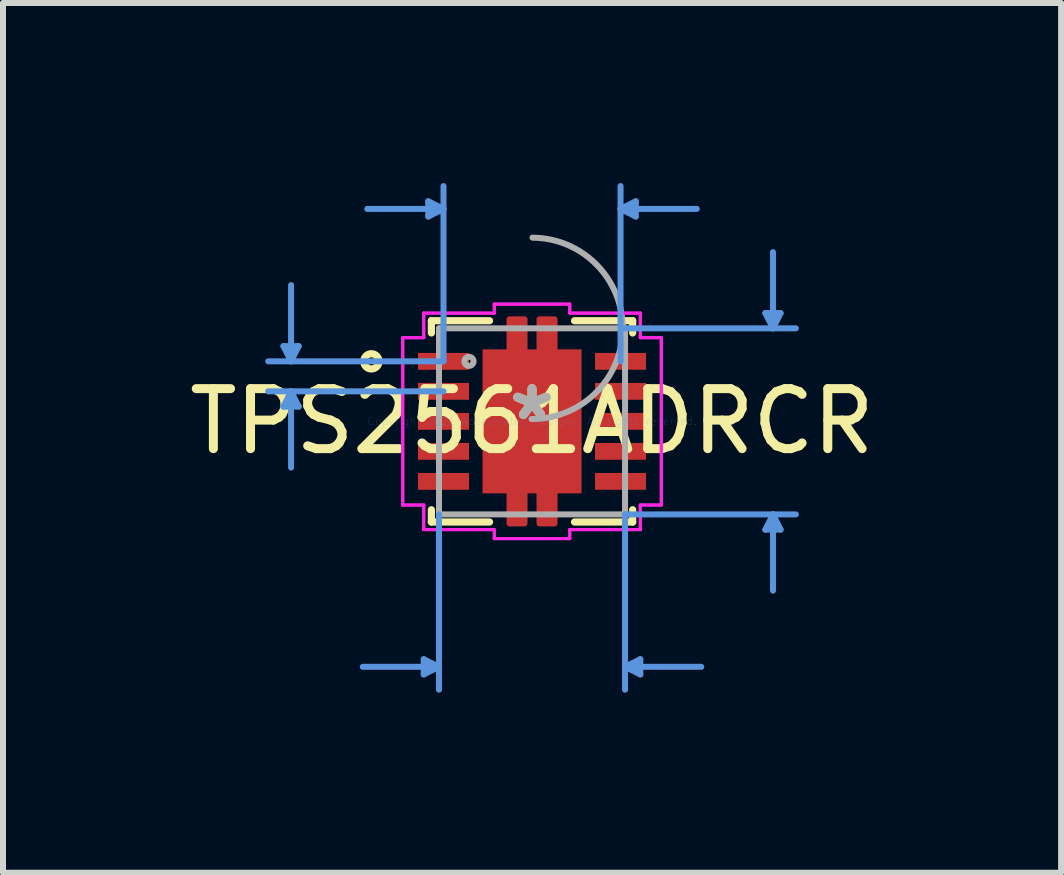
<source format=kicad_pcb>
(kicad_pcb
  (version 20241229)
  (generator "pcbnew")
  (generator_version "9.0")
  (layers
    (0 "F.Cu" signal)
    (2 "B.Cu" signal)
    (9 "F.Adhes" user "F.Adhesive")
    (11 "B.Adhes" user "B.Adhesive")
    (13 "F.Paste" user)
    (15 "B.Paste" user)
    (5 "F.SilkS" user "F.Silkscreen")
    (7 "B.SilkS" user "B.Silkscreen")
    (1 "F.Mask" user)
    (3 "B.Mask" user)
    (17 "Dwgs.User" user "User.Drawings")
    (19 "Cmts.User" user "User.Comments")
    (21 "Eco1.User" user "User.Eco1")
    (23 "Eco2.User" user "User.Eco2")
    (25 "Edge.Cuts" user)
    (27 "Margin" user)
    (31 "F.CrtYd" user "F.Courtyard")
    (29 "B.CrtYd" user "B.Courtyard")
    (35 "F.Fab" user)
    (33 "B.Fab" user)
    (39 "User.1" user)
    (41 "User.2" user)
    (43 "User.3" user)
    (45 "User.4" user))
  (footprint "TPS2561ADRCR"
    (layer "F.Cu")
    (at 5.815 3.971)
    (property "Reference" "TPS2561ADRCR" (at 0 0 0) (layer "F.SilkS") (effects (font (size 1 1) (thickness 0.15))))
    (attr through_hole)
    (fp_poly (pts (xy -0.125 -1.2) (xy -0.125 -1.7) (xy -0.375 -1.7) (xy -0.375 -1.2)) (stroke (width 0.1) (type solid)) (fill yes) (layer "F.Cu"))
    (fp_poly (pts (xy -0.125 1.2) (xy -0.125 1.7) (xy -0.375 1.7) (xy -0.375 1.2)) (stroke (width 0.1) (type solid)) (fill yes) (layer "F.Cu"))
    (fp_poly (pts (xy 0.125 -1.2) (xy 0.125 -1.7) (xy 0.375 -1.7) (xy 0.375 -1.2)) (stroke (width 0.1) (type solid)) (fill yes) (layer "F.Cu"))
    (fp_poly (pts (xy 0.125 1.2) (xy 0.125 1.7) (xy 0.375 1.7) (xy 0.375 1.2)) (stroke (width 0.1) (type solid)) (fill yes) (layer "F.Cu"))
    (fp_poly (pts (xy -0.125 -1.2) (xy -0.125 -1.7) (xy -0.375 -1.7) (xy -0.375 -1.2)) (stroke (width 0.1) (type solid)) (fill yes) (layer "F.Mask"))
    (fp_poly (pts (xy -0.125 1.2) (xy -0.125 1.7) (xy -0.375 1.7) (xy -0.375 1.2)) (stroke (width 0.1) (type solid)) (fill yes) (layer "F.Mask"))
    (fp_poly (pts (xy 0.125 -1.2) (xy 0.125 -1.7) (xy 0.375 -1.7) (xy 0.375 -1.2)) (stroke (width 0.1) (type solid)) (fill yes) (layer "F.Mask"))
    (fp_poly (pts (xy 0.125 1.2) (xy 0.125 1.7) (xy 0.375 1.7) (xy 0.375 1.2)) (stroke (width 0.1) (type solid)) (fill yes) (layer "F.Mask"))
    (fp_poly (pts (xy -0.895 -1.27) (xy -0.895 1.27) (xy -0.445 1.27) (xy -0.445 1.77) (xy -0.055 1.77) (xy -0.055 1.27) (xy 0.055 1.27) (xy 0.055 1.77) (xy 0.445 1.77) (xy 0.445 1.27) (xy 0.895 1.27) (xy 0.895 -1.27) (xy 0.445 -1.27) (xy 0.445 -1.77) (xy 0.055 -1.77) (xy 0.055 -1.333) (xy 0.055 -1.27) (xy -0.055 -1.27) (xy -0.055 -1.77) (xy -0.445 -1.77) (xy -0.445 -1.27)) (stroke (width 0.1) (type solid)) (fill yes) (layer "F.Mask"))
    (fp_line (start -1.677 -1.677) (end -1.677 -1.473) (stroke (width 0.12) (type solid)) (layer "F.SilkS"))
    (fp_line (start -1.677 1.473) (end -1.677 1.677) (stroke (width 0.12) (type solid)) (layer "F.SilkS"))
    (fp_line (start -1.677 1.677) (end -0.708 1.677) (stroke (width 0.12) (type solid)) (layer "F.SilkS"))
    (fp_line (start -0.708 -1.677) (end -1.677 -1.677) (stroke (width 0.12) (type solid)) (layer "F.SilkS"))
    (fp_line (start 0.708 1.677) (end 1.677 1.677) (stroke (width 0.12) (type solid)) (layer "F.SilkS"))
    (fp_line (start 1.677 -1.677) (end 0.708 -1.677) (stroke (width 0.12) (type solid)) (layer "F.SilkS"))
    (fp_line (start 1.677 -1.473) (end 1.677 -1.677) (stroke (width 0.12) (type solid)) (layer "F.SilkS"))
    (fp_line (start 1.677 1.677) (end 1.677 1.473) (stroke (width 0.12) (type solid)) (layer "F.SilkS"))
    (fp_circle (center -2.677 -1) (end -2.55 -1) (stroke (width 0.12) (type solid)) (fill no) (layer "F.SilkS"))
    (fp_poly (pts (xy -0.375 -1.7) (xy -0.125 -1.7) (xy -0.125 -1.2) (xy 0.125 -1.2) (xy 0.125 -1.7) (xy 0.375 -1.7) (xy 0.375 -1.2) (xy 0.825 -1.2) (xy 0.825 1.2) (xy 0.375 1.2) (xy 0.375 1.7) (xy 0.125 1.7) (xy 0.125 1.2) (xy -0.125 1.2) (xy -0.125 1.7) (xy -0.375 1.7) (xy -0.375 1.2) (xy -0.825 1.2) (xy -0.825 -1.2) (xy -0.375 -1.2)) (stroke (width 0.1) (type solid)) (fill yes) (layer "F.Paste"))
    (fp_line (start -4.142 -1.254) (end -3.888 -1.254) (stroke (width 0.1) (type solid)) (layer "Cmts.User"))
    (fp_line (start -4.142 -0.246) (end -3.888 -0.246) (stroke (width 0.1) (type solid)) (layer "Cmts.User"))
    (fp_line (start -4.015 -1) (end -4.142 -1.254) (stroke (width 0.1) (type solid)) (layer "Cmts.User"))
    (fp_line (start -4.015 -1) (end -4.015 -2.27) (stroke (width 0.1) (type solid)) (layer "Cmts.User"))
    (fp_line (start -4.015 -1) (end -3.888 -1.254) (stroke (width 0.1) (type solid)) (layer "Cmts.User"))
    (fp_line (start -4.015 -0.5) (end -4.142 -0.246) (stroke (width 0.1) (type solid)) (layer "Cmts.User"))
    (fp_line (start -4.015 -0.5) (end -4.015 0.77) (stroke (width 0.1) (type solid)) (layer "Cmts.User"))
    (fp_line (start -4.015 -0.5) (end -3.888 -0.246) (stroke (width 0.1) (type solid)) (layer "Cmts.User"))
    (fp_line (start -1.804 3.963) (end -1.804 4.217) (stroke (width 0.1) (type solid)) (layer "Cmts.User"))
    (fp_line (start -1.729 -3.667) (end -1.729 -3.413) (stroke (width 0.1) (type solid)) (layer "Cmts.User"))
    (fp_line (start -1.55 1.55) (end -1.55 4.471) (stroke (width 0.1) (type solid)) (layer "Cmts.User"))
    (fp_line (start -1.55 4.09) (end -2.82 4.09) (stroke (width 0.1) (type solid)) (layer "Cmts.User"))
    (fp_line (start -1.55 4.09) (end -1.804 3.963) (stroke (width 0.1) (type solid)) (layer "Cmts.User"))
    (fp_line (start -1.55 4.09) (end -1.804 4.217) (stroke (width 0.1) (type solid)) (layer "Cmts.User"))
    (fp_line (start -1.475 -3.54) (end -2.745 -3.54) (stroke (width 0.1) (type solid)) (layer "Cmts.User"))
    (fp_line (start -1.475 -3.54) (end -1.729 -3.667) (stroke (width 0.1) (type solid)) (layer "Cmts.User"))
    (fp_line (start -1.475 -3.54) (end -1.729 -3.413) (stroke (width 0.1) (type solid)) (layer "Cmts.User"))
    (fp_line (start -1.475 -1) (end -4.396 -1) (stroke (width 0.1) (type solid)) (layer "Cmts.User"))
    (fp_line (start -1.475 -1) (end -1.475 -3.921) (stroke (width 0.1) (type solid)) (layer "Cmts.User"))
    (fp_line (start -1.475 -0.5) (end -4.396 -0.5) (stroke (width 0.1) (type solid)) (layer "Cmts.User"))
    (fp_line (start 1.475 -3.54) (end 1.729 -3.667) (stroke (width 0.1) (type solid)) (layer "Cmts.User"))
    (fp_line (start 1.475 -3.54) (end 1.729 -3.413) (stroke (width 0.1) (type solid)) (layer "Cmts.User"))
    (fp_line (start 1.475 -3.54) (end 2.745 -3.54) (stroke (width 0.1) (type solid)) (layer "Cmts.User"))
    (fp_line (start 1.475 -1) (end 1.475 -3.921) (stroke (width 0.1) (type solid)) (layer "Cmts.User"))
    (fp_line (start 1.55 -1.55) (end 4.396 -1.55) (stroke (width 0.1) (type solid)) (layer "Cmts.User"))
    (fp_line (start 1.55 1.55) (end 1.55 4.471) (stroke (width 0.1) (type solid)) (layer "Cmts.User"))
    (fp_line (start 1.55 1.55) (end 4.396 1.55) (stroke (width 0.1) (type solid)) (layer "Cmts.User"))
    (fp_line (start 1.55 4.09) (end 1.804 3.963) (stroke (width 0.1) (type solid)) (layer "Cmts.User"))
    (fp_line (start 1.55 4.09) (end 1.804 4.217) (stroke (width 0.1) (type solid)) (layer "Cmts.User"))
    (fp_line (start 1.55 4.09) (end 2.82 4.09) (stroke (width 0.1) (type solid)) (layer "Cmts.User"))
    (fp_line (start 1.729 -3.667) (end 1.729 -3.413) (stroke (width 0.1) (type solid)) (layer "Cmts.User"))
    (fp_line (start 1.804 3.963) (end 1.804 4.217) (stroke (width 0.1) (type solid)) (layer "Cmts.User"))
    (fp_line (start 3.888 -1.804) (end 4.142 -1.804) (stroke (width 0.1) (type solid)) (layer "Cmts.User"))
    (fp_line (start 3.888 1.804) (end 4.142 1.804) (stroke (width 0.1) (type solid)) (layer "Cmts.User"))
    (fp_line (start 4.015 -1.55) (end 3.888 -1.804) (stroke (width 0.1) (type solid)) (layer "Cmts.User"))
    (fp_line (start 4.015 -1.55) (end 4.015 -2.82) (stroke (width 0.1) (type solid)) (layer "Cmts.User"))
    (fp_line (start 4.015 -1.55) (end 4.142 -1.804) (stroke (width 0.1) (type solid)) (layer "Cmts.User"))
    (fp_line (start 4.015 1.55) (end 3.888 1.804) (stroke (width 0.1) (type solid)) (layer "Cmts.User"))
    (fp_line (start 4.015 1.55) (end 4.015 2.82) (stroke (width 0.1) (type solid)) (layer "Cmts.User"))
    (fp_line (start 4.015 1.55) (end 4.142 1.804) (stroke (width 0.1) (type solid)) (layer "Cmts.User"))
    (fp_line (start -2.154 -1.394) (end -2.154 1.394) (stroke (width 0.05) (type solid)) (layer "F.CrtYd"))
    (fp_line (start -2.154 -1.394) (end -2.154 1.394) (stroke (width 0.05) (type solid)) (layer "F.CrtYd"))
    (fp_line (start -2.154 1.394) (end -1.804 1.394) (stroke (width 0.05) (type solid)) (layer "F.CrtYd"))
    (fp_line (start -2.154 1.394) (end -1.804 1.394) (stroke (width 0.05) (type solid)) (layer "F.CrtYd"))
    (fp_line (start -1.804 -1.804) (end -1.804 -1.394) (stroke (width 0.05) (type solid)) (layer "F.CrtYd"))
    (fp_line (start -1.804 -1.804) (end -1.804 -1.394) (stroke (width 0.05) (type solid)) (layer "F.CrtYd"))
    (fp_line (start -1.804 -1.394) (end -2.154 -1.394) (stroke (width 0.05) (type solid)) (layer "F.CrtYd"))
    (fp_line (start -1.804 -1.394) (end -2.154 -1.394) (stroke (width 0.05) (type solid)) (layer "F.CrtYd"))
    (fp_line (start -1.804 1.394) (end -1.804 1.804) (stroke (width 0.05) (type solid)) (layer "F.CrtYd"))
    (fp_line (start -1.804 1.394) (end -1.804 1.804) (stroke (width 0.05) (type solid)) (layer "F.CrtYd"))
    (fp_line (start -1.804 1.804) (end -0.629 1.804) (stroke (width 0.05) (type solid)) (layer "F.CrtYd"))
    (fp_line (start -1.804 1.804) (end -0.629 1.804) (stroke (width 0.05) (type solid)) (layer "F.CrtYd"))
    (fp_line (start -0.629 -1.954) (end -0.629 -1.804) (stroke (width 0.05) (type solid)) (layer "F.CrtYd"))
    (fp_line (start -0.629 -1.954) (end -0.629 -1.804) (stroke (width 0.05) (type solid)) (layer "F.CrtYd"))
    (fp_line (start -0.629 -1.804) (end -1.804 -1.804) (stroke (width 0.05) (type solid)) (layer "F.CrtYd"))
    (fp_line (start -0.629 -1.804) (end -1.804 -1.804) (stroke (width 0.05) (type solid)) (layer "F.CrtYd"))
    (fp_line (start -0.629 1.804) (end -0.629 1.954) (stroke (width 0.05) (type solid)) (layer "F.CrtYd"))
    (fp_line (start -0.629 1.804) (end -0.629 1.954) (stroke (width 0.05) (type solid)) (layer "F.CrtYd"))
    (fp_line (start -0.629 1.954) (end 0.629 1.954) (stroke (width 0.05) (type solid)) (layer "F.CrtYd"))
    (fp_line (start -0.629 1.954) (end 0.629 1.954) (stroke (width 0.05) (type solid)) (layer "F.CrtYd"))
    (fp_line (start 0.629 -1.954) (end -0.629 -1.954) (stroke (width 0.05) (type solid)) (layer "F.CrtYd"))
    (fp_line (start 0.629 -1.954) (end -0.629 -1.954) (stroke (width 0.05) (type solid)) (layer "F.CrtYd"))
    (fp_line (start 0.629 -1.804) (end 0.629 -1.954) (stroke (width 0.05) (type solid)) (layer "F.CrtYd"))
    (fp_line (start 0.629 -1.804) (end 0.629 -1.954) (stroke (width 0.05) (type solid)) (layer "F.CrtYd"))
    (fp_line (start 0.629 1.804) (end 1.804 1.804) (stroke (width 0.05) (type solid)) (layer "F.CrtYd"))
    (fp_line (start 0.629 1.804) (end 1.804 1.804) (stroke (width 0.05) (type solid)) (layer "F.CrtYd"))
    (fp_line (start 0.629 1.954) (end 0.629 1.804) (stroke (width 0.05) (type solid)) (layer "F.CrtYd"))
    (fp_line (start 0.629 1.954) (end 0.629 1.804) (stroke (width 0.05) (type solid)) (layer "F.CrtYd"))
    (fp_line (start 1.804 -1.804) (end 0.629 -1.804) (stroke (width 0.05) (type solid)) (layer "F.CrtYd"))
    (fp_line (start 1.804 -1.804) (end 0.629 -1.804) (stroke (width 0.05) (type solid)) (layer "F.CrtYd"))
    (fp_line (start 1.804 -1.394) (end 1.804 -1.804) (stroke (width 0.05) (type solid)) (layer "F.CrtYd"))
    (fp_line (start 1.804 -1.394) (end 1.804 -1.804) (stroke (width 0.05) (type solid)) (layer "F.CrtYd"))
    (fp_line (start 1.804 1.394) (end 2.154 1.394) (stroke (width 0.05) (type solid)) (layer "F.CrtYd"))
    (fp_line (start 1.804 1.394) (end 2.154 1.394) (stroke (width 0.05) (type solid)) (layer "F.CrtYd"))
    (fp_line (start 1.804 1.804) (end 1.804 1.394) (stroke (width 0.05) (type solid)) (layer "F.CrtYd"))
    (fp_line (start 1.804 1.804) (end 1.804 1.394) (stroke (width 0.05) (type solid)) (layer "F.CrtYd"))
    (fp_line (start 2.154 -1.394) (end 1.804 -1.394) (stroke (width 0.05) (type solid)) (layer "F.CrtYd"))
    (fp_line (start 2.154 -1.394) (end 1.804 -1.394) (stroke (width 0.05) (type solid)) (layer "F.CrtYd"))
    (fp_line (start 2.154 1.394) (end 2.154 -1.394) (stroke (width 0.05) (type solid)) (layer "F.CrtYd"))
    (fp_line (start 2.154 1.394) (end 2.154 -1.394) (stroke (width 0.05) (type solid)) (layer "F.CrtYd"))
    (fp_line (start -1.55 -1.55) (end -1.55 1.55) (stroke (width 0.1) (type solid)) (layer "F.Fab"))
    (fp_line (start -1.55 1.55) (end 1.55 1.55) (stroke (width 0.1) (type solid)) (layer "F.Fab"))
    (fp_line (start 1.55 -1.55) (end -1.55 -1.55) (stroke (width 0.1) (type solid)) (layer "F.Fab"))
    (fp_line (start 1.55 1.55) (end 1.55 -1.55) (stroke (width 0.1) (type solid)) (layer "F.Fab"))
    (fp_arc (start 0.007742 -3.060628) (mid 1.510629 -1.542257) (end -0.007742 -0.03937) (stroke (width 0.1) (type solid)) (layer "F.Fab"))
    (fp_circle (center -1.05 -1) (end -0.974 -1) (stroke (width 0.1) (type solid)) (fill no) (layer "F.Fab"))
    (fp_text user "*" (at 0 0 0) (layer "F.SilkS") (effects (font (size 1 1) (thickness 0.15))))
    (fp_text user "Copyright 2021 Accelerated Designs. All rights reserved." (at 0 0 0) (layer "Cmts.User") (effects (font (size 0.127 0.127) (thickness 0.002))))
    (fp_text user "*" (at 0 0 0) (layer "F.Fab") (effects (font (size 1 1) (thickness 0.15))))
    (pad "1" smd rect (at -1.475 -1) (size 0.85 0.28) (layers "F.Cu" "F.Mask" "F.Paste"))
    (pad "2" smd rect (at -1.475 -0.5) (size 0.85 0.28) (layers "F.Cu" "F.Mask" "F.Paste"))
    (pad "3" smd rect (at -1.475 0) (size 0.85 0.28) (layers "F.Cu" "F.Mask" "F.Paste"))
    (pad "4" smd rect (at -1.475 0.5) (size 0.85 0.28) (layers "F.Cu" "F.Mask" "F.Paste"))
    (pad "5" smd rect (at -1.475 1) (size 0.85 0.28) (layers "F.Cu" "F.Mask" "F.Paste"))
    (pad "6" smd rect (at 1.475 1) (size 0.85 0.28) (layers "F.Cu" "F.Mask" "F.Paste"))
    (pad "7" smd rect (at 1.475 0.5) (size 0.85 0.28) (layers "F.Cu" "F.Mask" "F.Paste"))
    (pad "8" smd rect (at 1.475 0) (size 0.85 0.28) (layers "F.Cu" "F.Mask" "F.Paste"))
    (pad "9" smd rect (at 1.475 -0.5) (size 0.85 0.28) (layers "F.Cu" "F.Mask" "F.Paste"))
    (pad "10" smd rect (at 1.475 -1) (size 0.85 0.28) (layers "F.Cu" "F.Mask" "F.Paste"))
    (pad "11" smd rect (at 0 0) (size 1.65 2.4) (layers "F.Cu")))
  (gr_rect
    (start -3 -3)
    (end 14.631 11.492)
    (stroke (width 0.1) (type default))
    (fill no)
    (layer "Edge.Cuts")))
</source>
